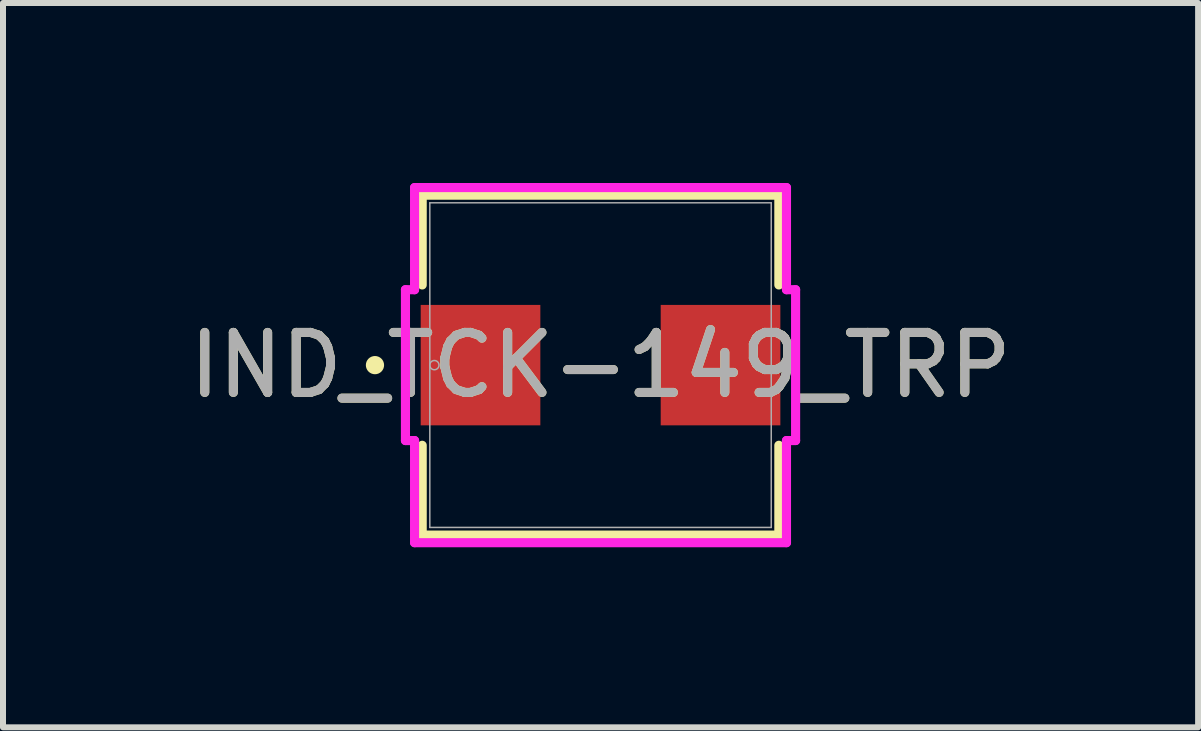
<source format=kicad_pcb>
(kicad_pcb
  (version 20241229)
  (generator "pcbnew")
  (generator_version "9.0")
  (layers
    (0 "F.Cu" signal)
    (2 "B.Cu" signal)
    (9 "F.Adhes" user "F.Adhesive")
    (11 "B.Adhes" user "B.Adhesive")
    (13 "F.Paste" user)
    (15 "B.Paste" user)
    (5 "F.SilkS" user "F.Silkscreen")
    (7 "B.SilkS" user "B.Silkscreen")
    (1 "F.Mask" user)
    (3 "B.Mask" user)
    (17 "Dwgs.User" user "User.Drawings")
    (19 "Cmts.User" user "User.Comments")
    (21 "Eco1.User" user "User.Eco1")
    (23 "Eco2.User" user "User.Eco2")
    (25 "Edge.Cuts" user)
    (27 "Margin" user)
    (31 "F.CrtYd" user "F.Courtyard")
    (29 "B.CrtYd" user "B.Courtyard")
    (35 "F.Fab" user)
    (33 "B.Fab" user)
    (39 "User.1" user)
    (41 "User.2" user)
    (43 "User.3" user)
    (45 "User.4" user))
  (footprint "IND_TCK-149_TRP"
    (layer "F.Cu")
    (at 6.958 3.035)
    (property "Reference" "IND_TCK-149_TRP" (at 0 0 0) (unlocked yes) (layer "F.SilkS") (effects (font (size 1 1) (thickness 0.15))))
    (attr smd)
    (fp_line (start -2.972 -2.832) (end -2.972 -1.336) (stroke (width 0.152) (type solid)) (layer "F.SilkS"))
    (fp_line (start -2.972 1.336) (end -2.972 2.832) (stroke (width 0.152) (type solid)) (layer "F.SilkS"))
    (fp_line (start -2.972 2.832) (end 2.972 2.832) (stroke (width 0.152) (type solid)) (layer "F.SilkS"))
    (fp_line (start 2.972 -2.832) (end -2.972 -2.832) (stroke (width 0.152) (type solid)) (layer "F.SilkS"))
    (fp_line (start 2.972 -1.336) (end 2.972 -2.832) (stroke (width 0.152) (type solid)) (layer "F.SilkS"))
    (fp_line (start 2.972 2.832) (end 2.972 1.336) (stroke (width 0.152) (type solid)) (layer "F.SilkS"))
    (fp_circle (center -3.759 0) (end -3.683 0) (stroke (width 0.152) (type solid)) (fill no) (layer "F.SilkS"))
    (fp_line (start -3.251 -1.257) (end -3.099 -1.257) (stroke (width 0.152) (type solid)) (layer "F.CrtYd"))
    (fp_line (start -3.251 1.257) (end -3.251 -1.257) (stroke (width 0.152) (type solid)) (layer "F.CrtYd"))
    (fp_line (start -3.099 -2.959) (end 3.099 -2.959) (stroke (width 0.152) (type solid)) (layer "F.CrtYd"))
    (fp_line (start -3.099 -1.257) (end -3.099 -2.959) (stroke (width 0.152) (type solid)) (layer "F.CrtYd"))
    (fp_line (start -3.099 1.257) (end -3.251 1.257) (stroke (width 0.152) (type solid)) (layer "F.CrtYd"))
    (fp_line (start -3.099 2.959) (end -3.099 1.257) (stroke (width 0.152) (type solid)) (layer "F.CrtYd"))
    (fp_line (start 3.099 -2.959) (end 3.099 -1.257) (stroke (width 0.152) (type solid)) (layer "F.CrtYd"))
    (fp_line (start 3.099 -1.257) (end 3.251 -1.257) (stroke (width 0.152) (type solid)) (layer "F.CrtYd"))
    (fp_line (start 3.099 1.257) (end 3.099 2.959) (stroke (width 0.152) (type solid)) (layer "F.CrtYd"))
    (fp_line (start 3.099 2.959) (end -3.099 2.959) (stroke (width 0.152) (type solid)) (layer "F.CrtYd"))
    (fp_line (start 3.251 -1.257) (end 3.251 1.257) (stroke (width 0.152) (type solid)) (layer "F.CrtYd"))
    (fp_line (start 3.251 1.257) (end 3.099 1.257) (stroke (width 0.152) (type solid)) (layer "F.CrtYd"))
    (fp_line (start -2.845 -2.705) (end -2.845 2.705) (stroke (width 0.025) (type solid)) (layer "F.Fab"))
    (fp_line (start -2.845 2.705) (end 2.845 2.705) (stroke (width 0.025) (type solid)) (layer "F.Fab"))
    (fp_line (start 2.845 -2.705) (end -2.845 -2.705) (stroke (width 0.025) (type solid)) (layer "F.Fab"))
    (fp_line (start 2.845 2.705) (end 2.845 -2.705) (stroke (width 0.025) (type solid)) (layer "F.Fab"))
    (fp_circle (center -2.769 0) (end -2.692 0) (stroke (width 0.025) (type solid)) (fill no) (layer "F.Fab"))
    (fp_text user "${REFERENCE}" (at 0 0 0) (unlocked yes) (layer "F.Fab") (effects (font (size 1 1) (thickness 0.15))))
    (pad "1" smd rect (at -2 0) (size 1.994 2.007) (layers "F.Cu" "F.Mask" "F.Paste"))
    (pad "2" smd rect (at 2 0) (size 1.994 2.007) (layers "F.Cu" "F.Mask" "F.Paste"))
    (zone (net_name "") (layer "F.Cu") (hatch full 0.508) (connect_pads) (min_thickness 0.254) (filled_areas_thickness no) (keepout (tracks not_allowed) (vias not_allowed) (pads allowed) (copperpour not_allowed) (footprints allowed)) (placement (enabled no)) (fill) (polygon (pts (xy 6.006 0.381) (xy 7.911 0.381) (xy 7.911 5.69) (xy 6.006 5.69)))))
  (gr_rect
    (start -3 -3)
    (end 16.917 9.071)
    (stroke (width 0.1) (type default))
    (fill no)
    (layer "Edge.Cuts")))
</source>
